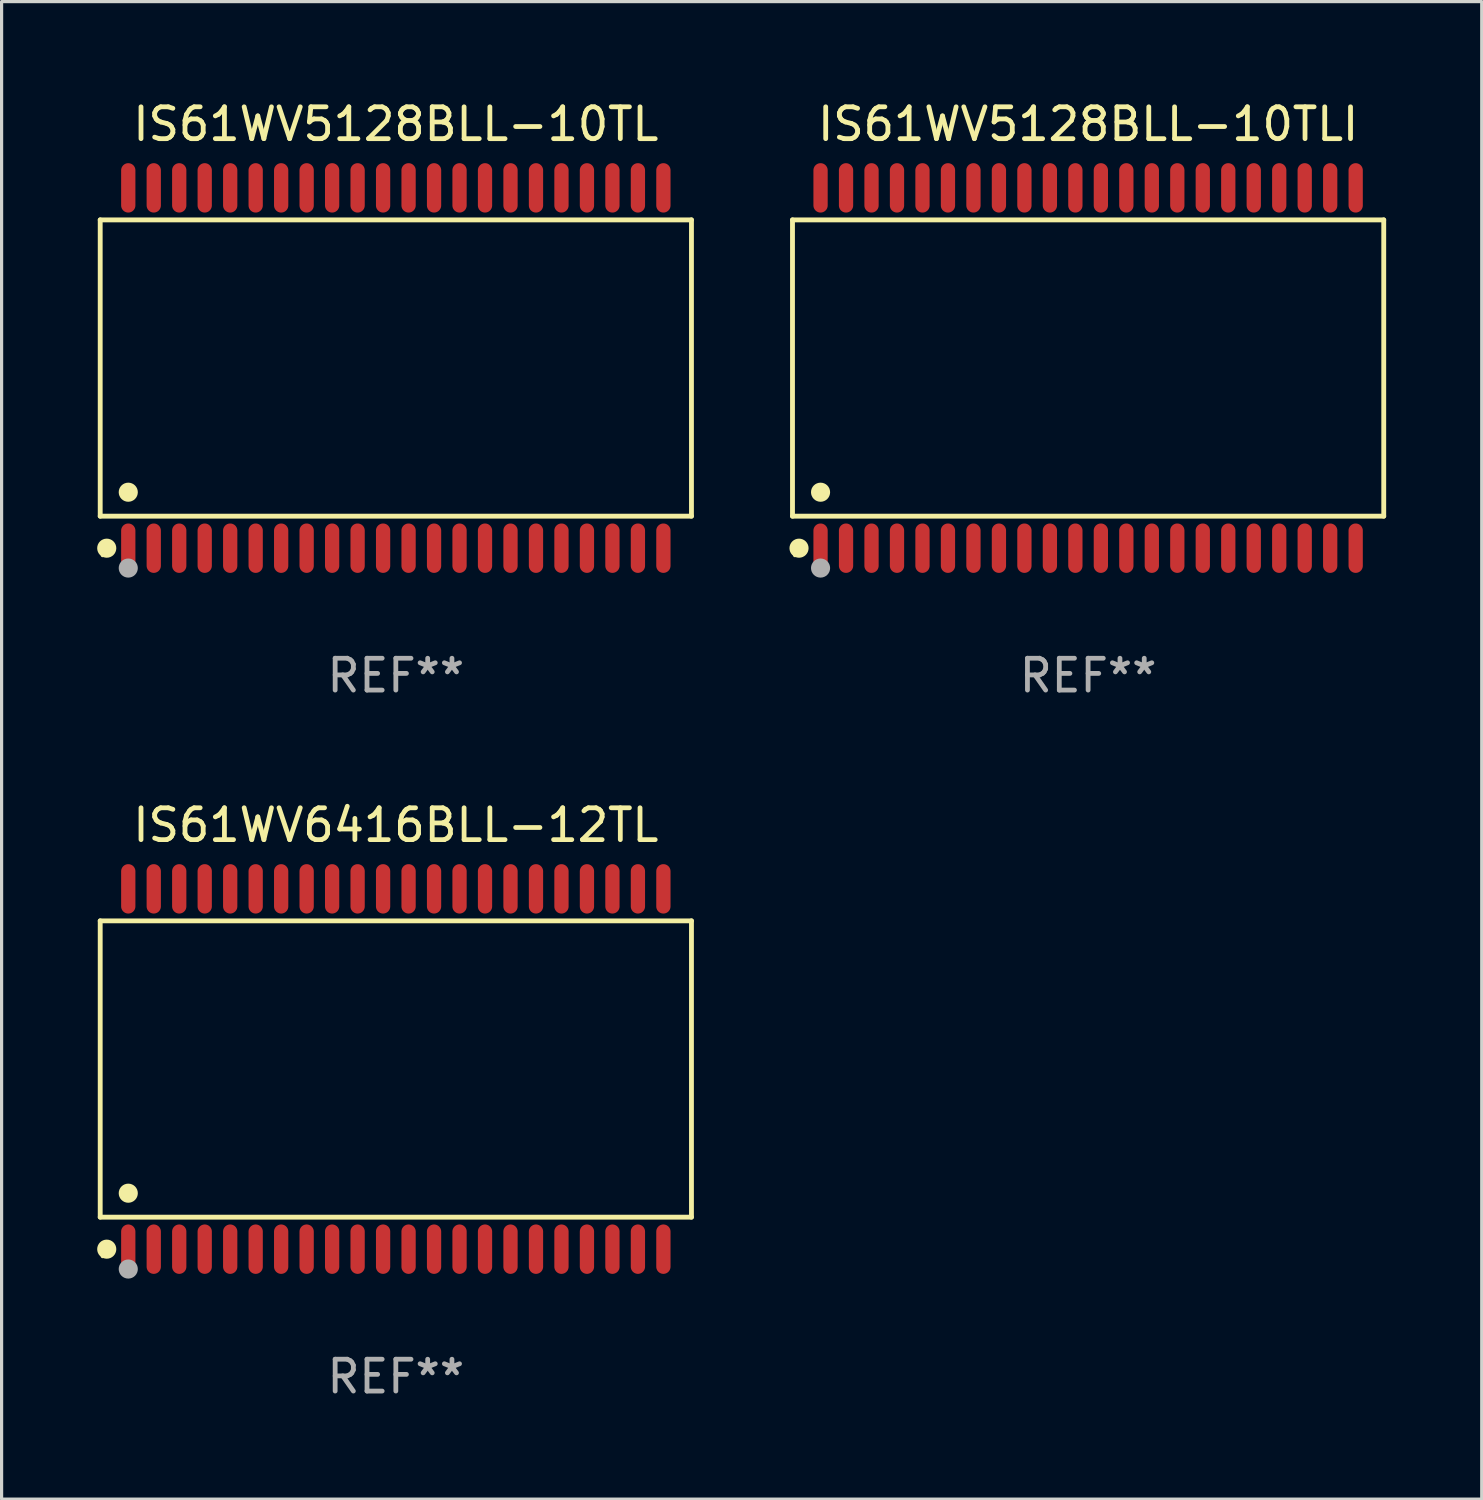
<source format=kicad_pcb>
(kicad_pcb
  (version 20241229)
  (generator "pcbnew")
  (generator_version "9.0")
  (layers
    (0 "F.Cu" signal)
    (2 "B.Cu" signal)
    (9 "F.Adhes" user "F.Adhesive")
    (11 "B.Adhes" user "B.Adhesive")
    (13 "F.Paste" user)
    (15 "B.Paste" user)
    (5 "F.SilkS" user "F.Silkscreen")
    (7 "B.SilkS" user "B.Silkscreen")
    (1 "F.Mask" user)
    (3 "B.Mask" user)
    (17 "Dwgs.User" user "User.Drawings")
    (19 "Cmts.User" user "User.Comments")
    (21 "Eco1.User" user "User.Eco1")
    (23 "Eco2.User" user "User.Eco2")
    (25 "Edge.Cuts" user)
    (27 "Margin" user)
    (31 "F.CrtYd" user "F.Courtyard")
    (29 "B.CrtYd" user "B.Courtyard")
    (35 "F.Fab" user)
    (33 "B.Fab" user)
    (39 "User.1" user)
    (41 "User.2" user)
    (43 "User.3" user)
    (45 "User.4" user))
  (footprint "IS61WV5128BLL-10TLI"
    (layer "F.Cu")
    (at 31.111 8.504)
    (property "Reference" "IS61WV5128BLL-10TLI" (at 0 -7.656 0) (layer "F.SilkS") (effects (font (size 1 1) (thickness 0.15))))
    (attr through_hole)
    (fp_line (start -9.281 -4.651) (end 9.281 -4.651) (stroke (width 0.152) (type solid)) (layer "F.SilkS"))
    (fp_line (start -9.281 4.651) (end -9.281 -4.651) (stroke (width 0.152) (type solid)) (layer "F.SilkS"))
    (fp_line (start 9.281 -4.651) (end 9.281 4.651) (stroke (width 0.152) (type solid)) (layer "F.SilkS"))
    (fp_line (start 9.281 4.651) (end -9.281 4.651) (stroke (width 0.152) (type solid)) (layer "F.SilkS"))
    (fp_circle (center -9.205 5.88) (end -9.175 5.88) (stroke (width 0.06) (type solid)) (fill no) (layer "F.SilkS"))
    (fp_circle (center -9.076 5.656) (end -8.926 5.656) (stroke (width 0.3) (type solid)) (fill no) (layer "F.SilkS"))
    (fp_circle (center -8.4 3.899) (end -8.25 3.899) (stroke (width 0.3) (type solid)) (fill no) (layer "F.SilkS"))
    (fp_circle (center -8.4 6.28) (end -8.25 6.28) (stroke (width 0.3) (type solid)) (fill no) (layer "F.Fab"))
    (fp_text user "REF**" (at 0 9.656 0) (layer "F.Fab") (effects (font (size 1 1) (thickness 0.15))))
    (pad "1" smd oval (at -8.4 5.656) (size 0.448 1.551) (layers "F.Cu" "F.Mask" "F.Paste"))
    (pad "2" smd oval (at -7.6 5.656) (size 0.448 1.551) (layers "F.Cu" "F.Mask" "F.Paste"))
    (pad "3" smd oval (at -6.8 5.656) (size 0.448 1.551) (layers "F.Cu" "F.Mask" "F.Paste"))
    (pad "4" smd oval (at -6 5.656) (size 0.448 1.551) (layers "F.Cu" "F.Mask" "F.Paste"))
    (pad "5" smd oval (at -5.2 5.656) (size 0.448 1.551) (layers "F.Cu" "F.Mask" "F.Paste"))
    (pad "6" smd oval (at -4.4 5.656) (size 0.448 1.551) (layers "F.Cu" "F.Mask" "F.Paste"))
    (pad "7" smd oval (at -3.6 5.656) (size 0.448 1.551) (layers "F.Cu" "F.Mask" "F.Paste"))
    (pad "8" smd oval (at -2.8 5.656) (size 0.448 1.551) (layers "F.Cu" "F.Mask" "F.Paste"))
    (pad "9" smd oval (at -2 5.656) (size 0.448 1.551) (layers "F.Cu" "F.Mask" "F.Paste"))
    (pad "10" smd oval (at -1.2 5.656) (size 0.448 1.551) (layers "F.Cu" "F.Mask" "F.Paste"))
    (pad "11" smd oval (at -0.4 5.656) (size 0.448 1.551) (layers "F.Cu" "F.Mask" "F.Paste"))
    (pad "12" smd oval (at 0.4 5.656) (size 0.448 1.551) (layers "F.Cu" "F.Mask" "F.Paste"))
    (pad "13" smd oval (at 1.2 5.656) (size 0.448 1.551) (layers "F.Cu" "F.Mask" "F.Paste"))
    (pad "14" smd oval (at 2 5.656) (size 0.448 1.551) (layers "F.Cu" "F.Mask" "F.Paste"))
    (pad "15" smd oval (at 2.8 5.656) (size 0.448 1.551) (layers "F.Cu" "F.Mask" "F.Paste"))
    (pad "16" smd oval (at 3.6 5.656) (size 0.448 1.551) (layers "F.Cu" "F.Mask" "F.Paste"))
    (pad "17" smd oval (at 4.4 5.656) (size 0.448 1.551) (layers "F.Cu" "F.Mask" "F.Paste"))
    (pad "18" smd oval (at 5.2 5.656) (size 0.448 1.551) (layers "F.Cu" "F.Mask" "F.Paste"))
    (pad "19" smd oval (at 6 5.656) (size 0.448 1.551) (layers "F.Cu" "F.Mask" "F.Paste"))
    (pad "20" smd oval (at 6.8 5.656) (size 0.448 1.551) (layers "F.Cu" "F.Mask" "F.Paste"))
    (pad "21" smd oval (at 7.6 5.656) (size 0.448 1.551) (layers "F.Cu" "F.Mask" "F.Paste"))
    (pad "22" smd oval (at 8.4 5.656) (size 0.448 1.551) (layers "F.Cu" "F.Mask" "F.Paste"))
    (pad "23" smd oval (at 8.4 -5.656) (size 0.448 1.551) (layers "F.Cu" "F.Mask" "F.Paste"))
    (pad "24" smd oval (at 7.6 -5.656) (size 0.448 1.551) (layers "F.Cu" "F.Mask" "F.Paste"))
    (pad "25" smd oval (at 6.8 -5.656) (size 0.448 1.551) (layers "F.Cu" "F.Mask" "F.Paste"))
    (pad "26" smd oval (at 6 -5.656) (size 0.448 1.551) (layers "F.Cu" "F.Mask" "F.Paste"))
    (pad "27" smd oval (at 5.2 -5.656) (size 0.448 1.551) (layers "F.Cu" "F.Mask" "F.Paste"))
    (pad "28" smd oval (at 4.4 -5.656) (size 0.448 1.551) (layers "F.Cu" "F.Mask" "F.Paste"))
    (pad "29" smd oval (at 3.6 -5.656) (size 0.448 1.551) (layers "F.Cu" "F.Mask" "F.Paste"))
    (pad "30" smd oval (at 2.8 -5.656) (size 0.448 1.551) (layers "F.Cu" "F.Mask" "F.Paste"))
    (pad "31" smd oval (at 2 -5.656) (size 0.448 1.551) (layers "F.Cu" "F.Mask" "F.Paste"))
    (pad "32" smd oval (at 1.2 -5.656) (size 0.448 1.551) (layers "F.Cu" "F.Mask" "F.Paste"))
    (pad "33" smd oval (at 0.4 -5.656) (size 0.448 1.551) (layers "F.Cu" "F.Mask" "F.Paste"))
    (pad "34" smd oval (at -0.4 -5.656) (size 0.448 1.551) (layers "F.Cu" "F.Mask" "F.Paste"))
    (pad "35" smd oval (at -1.2 -5.656) (size 0.448 1.551) (layers "F.Cu" "F.Mask" "F.Paste"))
    (pad "36" smd oval (at -2 -5.656) (size 0.448 1.551) (layers "F.Cu" "F.Mask" "F.Paste"))
    (pad "37" smd oval (at -2.8 -5.656) (size 0.448 1.551) (layers "F.Cu" "F.Mask" "F.Paste"))
    (pad "38" smd oval (at -3.6 -5.656) (size 0.448 1.551) (layers "F.Cu" "F.Mask" "F.Paste"))
    (pad "39" smd oval (at -4.4 -5.656) (size 0.448 1.551) (layers "F.Cu" "F.Mask" "F.Paste"))
    (pad "40" smd oval (at -5.2 -5.656) (size 0.448 1.551) (layers "F.Cu" "F.Mask" "F.Paste"))
    (pad "41" smd oval (at -6 -5.656) (size 0.448 1.551) (layers "F.Cu" "F.Mask" "F.Paste"))
    (pad "42" smd oval (at -6.8 -5.656) (size 0.448 1.551) (layers "F.Cu" "F.Mask" "F.Paste"))
    (pad "43" smd oval (at -7.6 -5.656) (size 0.448 1.551) (layers "F.Cu" "F.Mask" "F.Paste"))
    (pad "44" smd oval (at -8.4 -5.656) (size 0.448 1.551) (layers "F.Cu" "F.Mask" "F.Paste")))
  (footprint "IS61WV5128BLL-10TL"
    (layer "F.Cu")
    (at 9.377 8.504)
    (property "Reference" "IS61WV5128BLL-10TL" (at 0 -7.656 0) (layer "F.SilkS") (effects (font (size 1 1) (thickness 0.15))))
    (attr through_hole)
    (fp_line (start -9.281 -4.651) (end 9.281 -4.651) (stroke (width 0.152) (type solid)) (layer "F.SilkS"))
    (fp_line (start -9.281 4.651) (end -9.281 -4.651) (stroke (width 0.152) (type solid)) (layer "F.SilkS"))
    (fp_line (start 9.281 -4.651) (end 9.281 4.651) (stroke (width 0.152) (type solid)) (layer "F.SilkS"))
    (fp_line (start 9.281 4.651) (end -9.281 4.651) (stroke (width 0.152) (type solid)) (layer "F.SilkS"))
    (fp_circle (center -9.205 5.88) (end -9.175 5.88) (stroke (width 0.06) (type solid)) (fill no) (layer "F.SilkS"))
    (fp_circle (center -9.076 5.656) (end -8.926 5.656) (stroke (width 0.3) (type solid)) (fill no) (layer "F.SilkS"))
    (fp_circle (center -8.4 3.899) (end -8.25 3.899) (stroke (width 0.3) (type solid)) (fill no) (layer "F.SilkS"))
    (fp_circle (center -8.4 6.28) (end -8.25 6.28) (stroke (width 0.3) (type solid)) (fill no) (layer "F.Fab"))
    (fp_text user "REF**" (at 0 9.656 0) (layer "F.Fab") (effects (font (size 1 1) (thickness 0.15))))
    (pad "1" smd oval (at -8.4 5.656) (size 0.448 1.551) (layers "F.Cu" "F.Mask" "F.Paste"))
    (pad "2" smd oval (at -7.6 5.656) (size 0.448 1.551) (layers "F.Cu" "F.Mask" "F.Paste"))
    (pad "3" smd oval (at -6.8 5.656) (size 0.448 1.551) (layers "F.Cu" "F.Mask" "F.Paste"))
    (pad "4" smd oval (at -6 5.656) (size 0.448 1.551) (layers "F.Cu" "F.Mask" "F.Paste"))
    (pad "5" smd oval (at -5.2 5.656) (size 0.448 1.551) (layers "F.Cu" "F.Mask" "F.Paste"))
    (pad "6" smd oval (at -4.4 5.656) (size 0.448 1.551) (layers "F.Cu" "F.Mask" "F.Paste"))
    (pad "7" smd oval (at -3.6 5.656) (size 0.448 1.551) (layers "F.Cu" "F.Mask" "F.Paste"))
    (pad "8" smd oval (at -2.8 5.656) (size 0.448 1.551) (layers "F.Cu" "F.Mask" "F.Paste"))
    (pad "9" smd oval (at -2 5.656) (size 0.448 1.551) (layers "F.Cu" "F.Mask" "F.Paste"))
    (pad "10" smd oval (at -1.2 5.656) (size 0.448 1.551) (layers "F.Cu" "F.Mask" "F.Paste"))
    (pad "11" smd oval (at -0.4 5.656) (size 0.448 1.551) (layers "F.Cu" "F.Mask" "F.Paste"))
    (pad "12" smd oval (at 0.4 5.656) (size 0.448 1.551) (layers "F.Cu" "F.Mask" "F.Paste"))
    (pad "13" smd oval (at 1.2 5.656) (size 0.448 1.551) (layers "F.Cu" "F.Mask" "F.Paste"))
    (pad "14" smd oval (at 2 5.656) (size 0.448 1.551) (layers "F.Cu" "F.Mask" "F.Paste"))
    (pad "15" smd oval (at 2.8 5.656) (size 0.448 1.551) (layers "F.Cu" "F.Mask" "F.Paste"))
    (pad "16" smd oval (at 3.6 5.656) (size 0.448 1.551) (layers "F.Cu" "F.Mask" "F.Paste"))
    (pad "17" smd oval (at 4.4 5.656) (size 0.448 1.551) (layers "F.Cu" "F.Mask" "F.Paste"))
    (pad "18" smd oval (at 5.2 5.656) (size 0.448 1.551) (layers "F.Cu" "F.Mask" "F.Paste"))
    (pad "19" smd oval (at 6 5.656) (size 0.448 1.551) (layers "F.Cu" "F.Mask" "F.Paste"))
    (pad "20" smd oval (at 6.8 5.656) (size 0.448 1.551) (layers "F.Cu" "F.Mask" "F.Paste"))
    (pad "21" smd oval (at 7.6 5.656) (size 0.448 1.551) (layers "F.Cu" "F.Mask" "F.Paste"))
    (pad "22" smd oval (at 8.4 5.656) (size 0.448 1.551) (layers "F.Cu" "F.Mask" "F.Paste"))
    (pad "23" smd oval (at 8.4 -5.656) (size 0.448 1.551) (layers "F.Cu" "F.Mask" "F.Paste"))
    (pad "24" smd oval (at 7.6 -5.656) (size 0.448 1.551) (layers "F.Cu" "F.Mask" "F.Paste"))
    (pad "25" smd oval (at 6.8 -5.656) (size 0.448 1.551) (layers "F.Cu" "F.Mask" "F.Paste"))
    (pad "26" smd oval (at 6 -5.656) (size 0.448 1.551) (layers "F.Cu" "F.Mask" "F.Paste"))
    (pad "27" smd oval (at 5.2 -5.656) (size 0.448 1.551) (layers "F.Cu" "F.Mask" "F.Paste"))
    (pad "28" smd oval (at 4.4 -5.656) (size 0.448 1.551) (layers "F.Cu" "F.Mask" "F.Paste"))
    (pad "29" smd oval (at 3.6 -5.656) (size 0.448 1.551) (layers "F.Cu" "F.Mask" "F.Paste"))
    (pad "30" smd oval (at 2.8 -5.656) (size 0.448 1.551) (layers "F.Cu" "F.Mask" "F.Paste"))
    (pad "31" smd oval (at 2 -5.656) (size 0.448 1.551) (layers "F.Cu" "F.Mask" "F.Paste"))
    (pad "32" smd oval (at 1.2 -5.656) (size 0.448 1.551) (layers "F.Cu" "F.Mask" "F.Paste"))
    (pad "33" smd oval (at 0.4 -5.656) (size 0.448 1.551) (layers "F.Cu" "F.Mask" "F.Paste"))
    (pad "34" smd oval (at -0.4 -5.656) (size 0.448 1.551) (layers "F.Cu" "F.Mask" "F.Paste"))
    (pad "35" smd oval (at -1.2 -5.656) (size 0.448 1.551) (layers "F.Cu" "F.Mask" "F.Paste"))
    (pad "36" smd oval (at -2 -5.656) (size 0.448 1.551) (layers "F.Cu" "F.Mask" "F.Paste"))
    (pad "37" smd oval (at -2.8 -5.656) (size 0.448 1.551) (layers "F.Cu" "F.Mask" "F.Paste"))
    (pad "38" smd oval (at -3.6 -5.656) (size 0.448 1.551) (layers "F.Cu" "F.Mask" "F.Paste"))
    (pad "39" smd oval (at -4.4 -5.656) (size 0.448 1.551) (layers "F.Cu" "F.Mask" "F.Paste"))
    (pad "40" smd oval (at -5.2 -5.656) (size 0.448 1.551) (layers "F.Cu" "F.Mask" "F.Paste"))
    (pad "41" smd oval (at -6 -5.656) (size 0.448 1.551) (layers "F.Cu" "F.Mask" "F.Paste"))
    (pad "42" smd oval (at -6.8 -5.656) (size 0.448 1.551) (layers "F.Cu" "F.Mask" "F.Paste"))
    (pad "43" smd oval (at -7.6 -5.656) (size 0.448 1.551) (layers "F.Cu" "F.Mask" "F.Paste"))
    (pad "44" smd oval (at -8.4 -5.656) (size 0.448 1.551) (layers "F.Cu" "F.Mask" "F.Paste")))
  (footprint "IS61WV6416BLL-12TL"
    (layer "F.Cu")
    (at 9.377 30.511)
    (property "Reference" "IS61WV6416BLL-12TL" (at 0 -7.656 0) (layer "F.SilkS") (effects (font (size 1 1) (thickness 0.15))))
    (attr through_hole)
    (fp_line (start -9.281 -4.651) (end 9.281 -4.651) (stroke (width 0.152) (type solid)) (layer "F.SilkS"))
    (fp_line (start -9.281 4.651) (end -9.281 -4.651) (stroke (width 0.152) (type solid)) (layer "F.SilkS"))
    (fp_line (start 9.281 -4.651) (end 9.281 4.651) (stroke (width 0.152) (type solid)) (layer "F.SilkS"))
    (fp_line (start 9.281 4.651) (end -9.281 4.651) (stroke (width 0.152) (type solid)) (layer "F.SilkS"))
    (fp_circle (center -9.205 5.88) (end -9.175 5.88) (stroke (width 0.06) (type solid)) (fill no) (layer "F.SilkS"))
    (fp_circle (center -9.076 5.656) (end -8.926 5.656) (stroke (width 0.3) (type solid)) (fill no) (layer "F.SilkS"))
    (fp_circle (center -8.4 3.899) (end -8.25 3.899) (stroke (width 0.3) (type solid)) (fill no) (layer "F.SilkS"))
    (fp_circle (center -8.4 6.28) (end -8.25 6.28) (stroke (width 0.3) (type solid)) (fill no) (layer "F.Fab"))
    (fp_text user "REF**" (at 0 9.656 0) (layer "F.Fab") (effects (font (size 1 1) (thickness 0.15))))
    (pad "1" smd oval (at -8.4 5.656) (size 0.448 1.551) (layers "F.Cu" "F.Mask" "F.Paste"))
    (pad "2" smd oval (at -7.6 5.656) (size 0.448 1.551) (layers "F.Cu" "F.Mask" "F.Paste"))
    (pad "3" smd oval (at -6.8 5.656) (size 0.448 1.551) (layers "F.Cu" "F.Mask" "F.Paste"))
    (pad "4" smd oval (at -6 5.656) (size 0.448 1.551) (layers "F.Cu" "F.Mask" "F.Paste"))
    (pad "5" smd oval (at -5.2 5.656) (size 0.448 1.551) (layers "F.Cu" "F.Mask" "F.Paste"))
    (pad "6" smd oval (at -4.4 5.656) (size 0.448 1.551) (layers "F.Cu" "F.Mask" "F.Paste"))
    (pad "7" smd oval (at -3.6 5.656) (size 0.448 1.551) (layers "F.Cu" "F.Mask" "F.Paste"))
    (pad "8" smd oval (at -2.8 5.656) (size 0.448 1.551) (layers "F.Cu" "F.Mask" "F.Paste"))
    (pad "9" smd oval (at -2 5.656) (size 0.448 1.551) (layers "F.Cu" "F.Mask" "F.Paste"))
    (pad "10" smd oval (at -1.2 5.656) (size 0.448 1.551) (layers "F.Cu" "F.Mask" "F.Paste"))
    (pad "11" smd oval (at -0.4 5.656) (size 0.448 1.551) (layers "F.Cu" "F.Mask" "F.Paste"))
    (pad "12" smd oval (at 0.4 5.656) (size 0.448 1.551) (layers "F.Cu" "F.Mask" "F.Paste"))
    (pad "13" smd oval (at 1.2 5.656) (size 0.448 1.551) (layers "F.Cu" "F.Mask" "F.Paste"))
    (pad "14" smd oval (at 2 5.656) (size 0.448 1.551) (layers "F.Cu" "F.Mask" "F.Paste"))
    (pad "15" smd oval (at 2.8 5.656) (size 0.448 1.551) (layers "F.Cu" "F.Mask" "F.Paste"))
    (pad "16" smd oval (at 3.6 5.656) (size 0.448 1.551) (layers "F.Cu" "F.Mask" "F.Paste"))
    (pad "17" smd oval (at 4.4 5.656) (size 0.448 1.551) (layers "F.Cu" "F.Mask" "F.Paste"))
    (pad "18" smd oval (at 5.2 5.656) (size 0.448 1.551) (layers "F.Cu" "F.Mask" "F.Paste"))
    (pad "19" smd oval (at 6 5.656) (size 0.448 1.551) (layers "F.Cu" "F.Mask" "F.Paste"))
    (pad "20" smd oval (at 6.8 5.656) (size 0.448 1.551) (layers "F.Cu" "F.Mask" "F.Paste"))
    (pad "21" smd oval (at 7.6 5.656) (size 0.448 1.551) (layers "F.Cu" "F.Mask" "F.Paste"))
    (pad "22" smd oval (at 8.4 5.656) (size 0.448 1.551) (layers "F.Cu" "F.Mask" "F.Paste"))
    (pad "23" smd oval (at 8.4 -5.656) (size 0.448 1.551) (layers "F.Cu" "F.Mask" "F.Paste"))
    (pad "24" smd oval (at 7.6 -5.656) (size 0.448 1.551) (layers "F.Cu" "F.Mask" "F.Paste"))
    (pad "25" smd oval (at 6.8 -5.656) (size 0.448 1.551) (layers "F.Cu" "F.Mask" "F.Paste"))
    (pad "26" smd oval (at 6 -5.656) (size 0.448 1.551) (layers "F.Cu" "F.Mask" "F.Paste"))
    (pad "27" smd oval (at 5.2 -5.656) (size 0.448 1.551) (layers "F.Cu" "F.Mask" "F.Paste"))
    (pad "28" smd oval (at 4.4 -5.656) (size 0.448 1.551) (layers "F.Cu" "F.Mask" "F.Paste"))
    (pad "29" smd oval (at 3.6 -5.656) (size 0.448 1.551) (layers "F.Cu" "F.Mask" "F.Paste"))
    (pad "30" smd oval (at 2.8 -5.656) (size 0.448 1.551) (layers "F.Cu" "F.Mask" "F.Paste"))
    (pad "31" smd oval (at 2 -5.656) (size 0.448 1.551) (layers "F.Cu" "F.Mask" "F.Paste"))
    (pad "32" smd oval (at 1.2 -5.656) (size 0.448 1.551) (layers "F.Cu" "F.Mask" "F.Paste"))
    (pad "33" smd oval (at 0.4 -5.656) (size 0.448 1.551) (layers "F.Cu" "F.Mask" "F.Paste"))
    (pad "34" smd oval (at -0.4 -5.656) (size 0.448 1.551) (layers "F.Cu" "F.Mask" "F.Paste"))
    (pad "35" smd oval (at -1.2 -5.656) (size 0.448 1.551) (layers "F.Cu" "F.Mask" "F.Paste"))
    (pad "36" smd oval (at -2 -5.656) (size 0.448 1.551) (layers "F.Cu" "F.Mask" "F.Paste"))
    (pad "37" smd oval (at -2.8 -5.656) (size 0.448 1.551) (layers "F.Cu" "F.Mask" "F.Paste"))
    (pad "38" smd oval (at -3.6 -5.656) (size 0.448 1.551) (layers "F.Cu" "F.Mask" "F.Paste"))
    (pad "39" smd oval (at -4.4 -5.656) (size 0.448 1.551) (layers "F.Cu" "F.Mask" "F.Paste"))
    (pad "40" smd oval (at -5.2 -5.656) (size 0.448 1.551) (layers "F.Cu" "F.Mask" "F.Paste"))
    (pad "41" smd oval (at -6 -5.656) (size 0.448 1.551) (layers "F.Cu" "F.Mask" "F.Paste"))
    (pad "42" smd oval (at -6.8 -5.656) (size 0.448 1.551) (layers "F.Cu" "F.Mask" "F.Paste"))
    (pad "43" smd oval (at -7.6 -5.656) (size 0.448 1.551) (layers "F.Cu" "F.Mask" "F.Paste"))
    (pad "44" smd oval (at -8.4 -5.656) (size 0.448 1.551) (layers "F.Cu" "F.Mask" "F.Paste")))
  (gr_rect
    (start -3 -3)
    (end 43.468 44.015)
    (stroke (width 0.1) (type default))
    (fill no)
    (layer "Edge.Cuts")))
</source>
